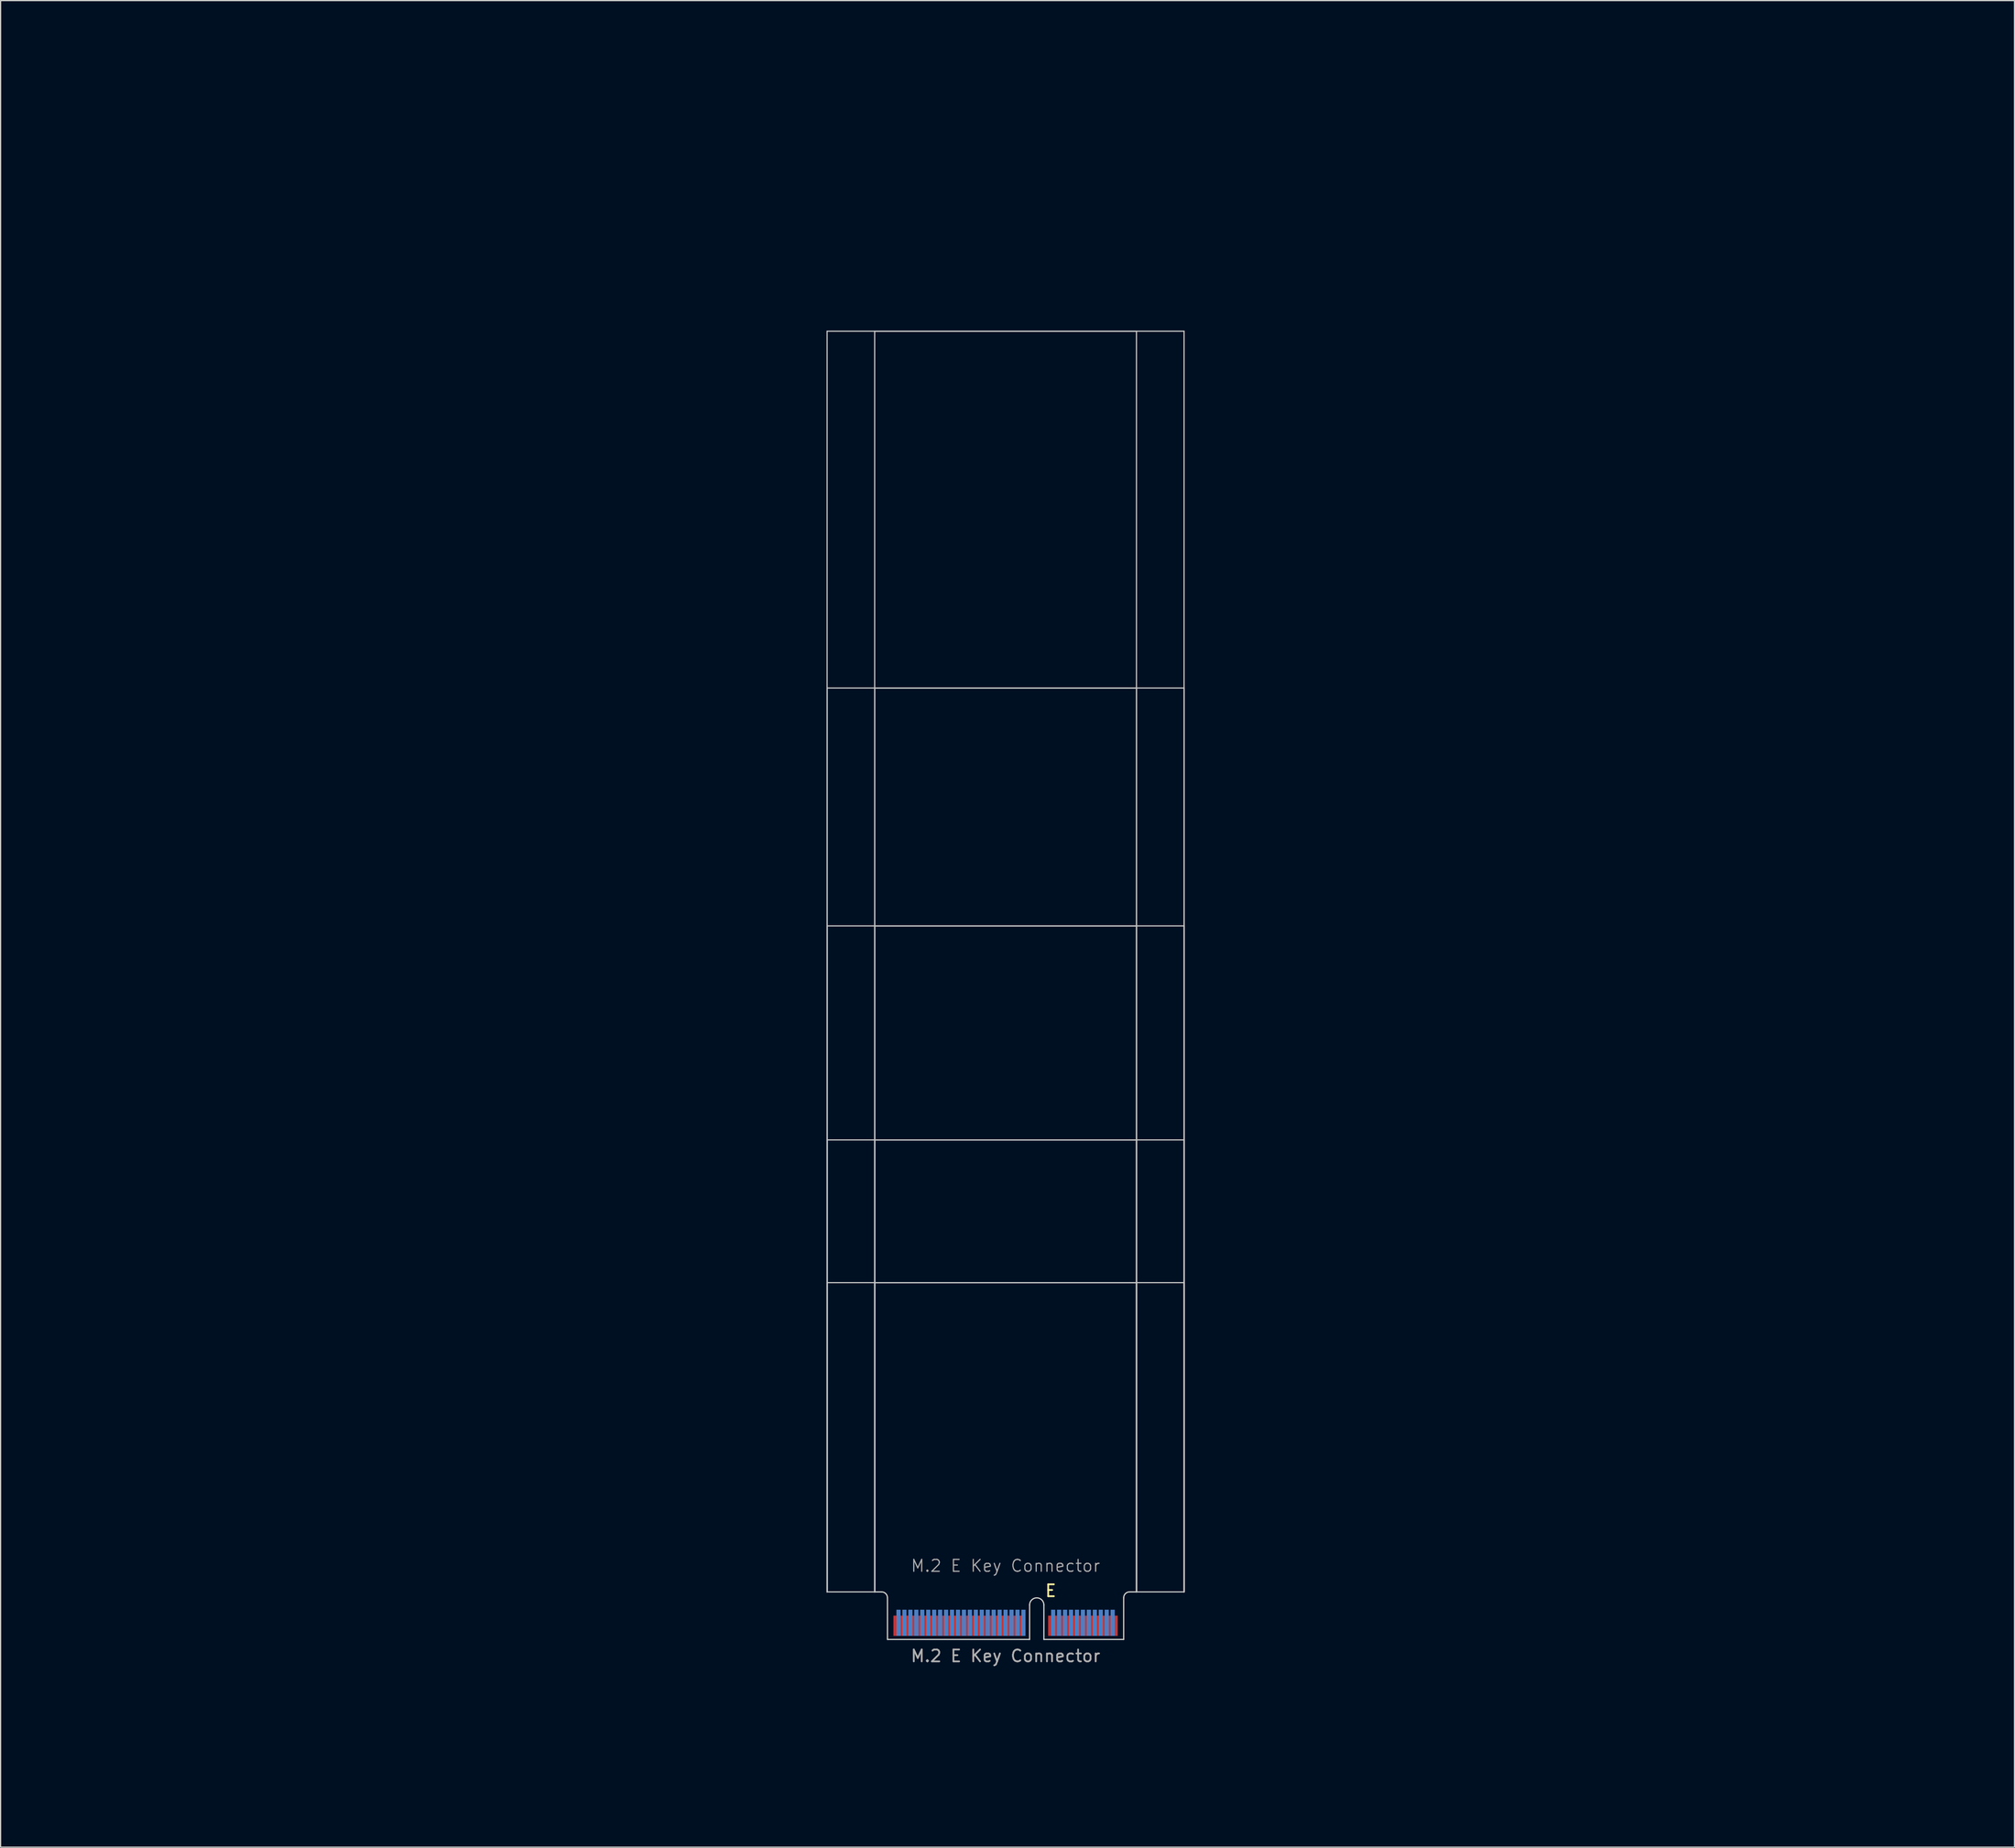
<source format=kicad_pcb>
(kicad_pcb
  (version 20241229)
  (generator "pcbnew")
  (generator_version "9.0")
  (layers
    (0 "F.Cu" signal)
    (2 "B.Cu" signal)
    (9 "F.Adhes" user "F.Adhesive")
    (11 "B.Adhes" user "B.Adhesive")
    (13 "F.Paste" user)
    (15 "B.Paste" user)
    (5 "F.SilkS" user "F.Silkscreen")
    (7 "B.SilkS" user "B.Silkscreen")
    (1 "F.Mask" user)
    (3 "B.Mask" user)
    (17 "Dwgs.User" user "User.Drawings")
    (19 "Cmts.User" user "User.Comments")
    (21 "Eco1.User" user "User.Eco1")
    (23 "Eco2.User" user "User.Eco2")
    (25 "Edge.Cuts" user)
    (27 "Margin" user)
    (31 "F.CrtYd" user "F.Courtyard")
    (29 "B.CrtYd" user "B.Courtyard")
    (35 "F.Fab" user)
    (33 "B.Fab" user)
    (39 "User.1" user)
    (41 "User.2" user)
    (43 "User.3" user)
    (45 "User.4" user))
  (footprint "M.2 E Key Connector"
    (layer "F.Cu")
    (at 81.459 133.687)
    (property "Reference" "M.2 E Key Connector" (at 0 -5.08 0) (unlocked yes) (layer "F.Fab") (effects (font (size 1 1) (thickness 0.1))))
    (attr exclude_from_pos_files exclude_from_bom)
    (fp_rect (start -9.925 -0.94) (end 9.925 1.11) (stroke (width 0) (type default)) (fill yes) (layer "F.Mask"))
    (fp_rect (start -9.925 -1.44) (end 9.925 1.11) (stroke (width 0) (type default)) (fill yes) (layer "B.Mask"))
    (fp_line (start -15 -108.89) (end 15 -108.89) (stroke (width 0.1) (type default)) (layer "Dwgs.User"))
    (fp_line (start -15 -78.89) (end 15 -78.89) (stroke (width 0.1) (type default)) (layer "Dwgs.User"))
    (fp_line (start -15 -58.89) (end 15 -58.89) (stroke (width 0.1) (type default)) (layer "Dwgs.User"))
    (fp_line (start -15 -40.89) (end 15 -40.89) (stroke (width 0.1) (type default)) (layer "Dwgs.User"))
    (fp_line (start -15 -28.89) (end 15 -28.89) (stroke (width 0.1) (type default)) (layer "Dwgs.User"))
    (fp_line (start -15 -2.89) (end -15 -108.89) (stroke (width 0.1) (type default)) (layer "Dwgs.User"))
    (fp_line (start -15 -2.89) (end -15 -78.89) (stroke (width 0.1) (type default)) (layer "Dwgs.User"))
    (fp_line (start -15 -2.89) (end -15 -58.89) (stroke (width 0.1) (type default)) (layer "Dwgs.User"))
    (fp_line (start -15 -2.89) (end -15 -40.89) (stroke (width 0.1) (type default)) (layer "Dwgs.User"))
    (fp_line (start -15 -2.89) (end -15 -28.89) (stroke (width 0.1) (type default)) (layer "Dwgs.User"))
    (fp_line (start -11 -108.89) (end 11 -108.89) (stroke (width 0.1) (type default)) (layer "Dwgs.User"))
    (fp_line (start -11 -78.89) (end 11 -78.89) (stroke (width 0.1) (type default)) (layer "Dwgs.User"))
    (fp_line (start -11 -58.89) (end 11 -58.89) (stroke (width 0.1) (type default)) (layer "Dwgs.User"))
    (fp_line (start -11 -40.89) (end 11 -40.89) (stroke (width 0.1) (type default)) (layer "Dwgs.User"))
    (fp_line (start -11 -28.89) (end 11 -28.89) (stroke (width 0.1) (type default)) (layer "Dwgs.User"))
    (fp_line (start -11 -2.89) (end -15 -2.89) (stroke (width 0.1) (type default)) (layer "Dwgs.User"))
    (fp_line (start -11 -2.89) (end -11 -108.89) (stroke (width 0.1) (type default)) (layer "Dwgs.User"))
    (fp_line (start -11 -2.89) (end -11 -78.89) (stroke (width 0.1) (type default)) (layer "Dwgs.User"))
    (fp_line (start -11 -2.89) (end -11 -58.89) (stroke (width 0.1) (type default)) (layer "Dwgs.User"))
    (fp_line (start -11 -2.89) (end -11 -40.89) (stroke (width 0.1) (type default)) (layer "Dwgs.User"))
    (fp_line (start -11 -2.89) (end -11 -28.89) (stroke (width 0.1) (type default)) (layer "Dwgs.User"))
    (fp_line (start 11 -108.89) (end 11 -2.89) (stroke (width 0.1) (type default)) (layer "Dwgs.User"))
    (fp_line (start 11 -78.89) (end 11 -2.89) (stroke (width 0.1) (type default)) (layer "Dwgs.User"))
    (fp_line (start 11 -58.89) (end 11 -2.89) (stroke (width 0.1) (type default)) (layer "Dwgs.User"))
    (fp_line (start 11 -40.89) (end 11 -2.89) (stroke (width 0.1) (type default)) (layer "Dwgs.User"))
    (fp_line (start 11 -28.89) (end 11 -2.89) (stroke (width 0.1) (type default)) (layer "Dwgs.User"))
    (fp_line (start 11 -2.89) (end 15 -2.89) (stroke (width 0.1) (type default)) (layer "Dwgs.User"))
    (fp_line (start 15 -108.89) (end 15 -2.89) (stroke (width 0.1) (type default)) (layer "Dwgs.User"))
    (fp_line (start 15 -78.89) (end 15 -2.89) (stroke (width 0.1) (type default)) (layer "Dwgs.User"))
    (fp_line (start 15 -40.89) (end 15 -2.89) (stroke (width 0.1) (type default)) (layer "Dwgs.User"))
    (fp_line (start 15 -28.89) (end 15 -2.89) (stroke (width 0.1) (type default)) (layer "Dwgs.User"))
    (fp_line (start 15 -2.89) (end 15 -58.89) (stroke (width 0.1) (type default)) (layer "Dwgs.User"))
    (fp_line (start -11 -2.89) (end -10.425 -2.89) (stroke (width 0.1) (type default)) (layer "Edge.Cuts"))
    (fp_line (start -9.925 -2.39) (end -9.925 1.11) (stroke (width 0.1) (type default)) (layer "Edge.Cuts"))
    (fp_line (start 2.02 -1.79) (end 2.02 1.11) (stroke (width 0.1) (type default)) (layer "Edge.Cuts"))
    (fp_line (start 2.02 1.11) (end -9.925 1.11) (stroke (width 0.1) (type default)) (layer "Edge.Cuts"))
    (fp_line (start 3.22 -1.79) (end 3.22 1.11) (stroke (width 0.1) (type default)) (layer "Edge.Cuts"))
    (fp_line (start 3.22 1.11) (end 9.925 1.11) (stroke (width 0.1) (type default)) (layer "Edge.Cuts"))
    (fp_line (start 9.925 -2.39) (end 9.925 1.11) (stroke (width 0.1) (type default)) (layer "Edge.Cuts"))
    (fp_line (start 10.425 -2.89) (end 11 -2.89) (stroke (width 0.1) (type default)) (layer "Edge.Cuts"))
    (fp_arc (start -10.425 -2.89) (mid -10.071447 -2.743553) (end -9.925 -2.39) (stroke (width 0.1) (type default)) (layer "Edge.Cuts"))
    (fp_arc (start 2.02 -1.79) (mid 2.62 -2.39) (end 3.22 -1.79) (stroke (width 0.1) (type default)) (layer "Edge.Cuts"))
    (fp_arc (start 9.925 -2.39) (mid 10.071447 -2.743553) (end 10.425 -2.89) (stroke (width 0.1) (type default)) (layer "Edge.Cuts"))
    (fp_line (start -0.71 -109.6) (end 0.71 -108.18) (stroke (width 0.15) (type default)) (layer "User.3"))
    (fp_line (start -0.71 -79.6) (end 0.71 -78.18) (stroke (width 0.15) (type default)) (layer "User.3"))
    (fp_line (start -0.71 -59.6) (end 0.71 -58.18) (stroke (width 0.15) (type default)) (layer "User.3"))
    (fp_line (start -0.71 -41.6) (end 0.71 -40.18) (stroke (width 0.15) (type default)) (layer "User.3"))
    (fp_line (start -0.71 -29.6) (end 0.71 -28.18) (stroke (width 0.15) (type default)) (layer "User.3"))
    (fp_line (start 0.71 -109.6) (end -0.71 -108.18) (stroke (width 0.15) (type default)) (layer "User.3"))
    (fp_line (start 0.71 -79.6) (end -0.71 -78.18) (stroke (width 0.15) (type default)) (layer "User.3"))
    (fp_line (start 0.71 -59.6) (end -0.71 -58.18) (stroke (width 0.15) (type default)) (layer "User.3"))
    (fp_line (start 0.71 -41.6) (end -0.71 -40.18) (stroke (width 0.15) (type default)) (layer "User.3"))
    (fp_line (start 0.71 -29.6) (end -0.71 -28.18) (stroke (width 0.15) (type default)) (layer "User.3"))
    (fp_rect (start -15 -108.89) (end 15 -105.09) (stroke (width 0.1) (type default)) (fill no) (layer "User.4"))
    (fp_rect (start -15 -78.89) (end 15 -75.09) (stroke (width 0.1) (type default)) (fill no) (layer "User.4"))
    (fp_rect (start -15 -58.89) (end 15 -55.09) (stroke (width 0.1) (type default)) (fill no) (layer "User.4"))
    (fp_rect (start -15 -40.89) (end 15 -37.09) (stroke (width 0.1) (type default)) (fill no) (layer "User.4"))
    (fp_rect (start -15 -28.89) (end 15 -25.09) (stroke (width 0.1) (type default)) (fill no) (layer "User.4"))
    (fp_text user "E" (at 3.245 -2.395 0) (unlocked yes) (layer "F.SilkS") (effects (font (size 1 1) (thickness 0.15)) (justify left bottom)))
    (fp_text user "${REFERENCE}" (at 0 2.5 0) (unlocked yes) (layer "F.Fab") (effects (font (size 1 1) (thickness 0.15))))
    (fp_text user "22, 30mm width and 30, 42, 60, 80, 110mm length shown in Blue (User.2 Layer)" (at 0.02 14.055 0) (unlocked yes) (layer "User.2") (effects (font (size 2 2) (thickness 0.2))))
    (fp_text user "Place \"M.2 Mounting Pad\" Footprint from library on Teal (User.3 Layer) X's" (at -0.13 9.4 0) (unlocked yes) (layer "User.3") (effects (font (size 2 2) (thickness 0.2))))
    (fp_text user "Yellow areas (User.4 Layer) reserverd for RF recepticals or for components when no RF recepticals used." (at 0.165 4.83 0) (unlocked yes) (layer "User.4") (effects (font (size 2 2) (thickness 0.2))))
    (dimension (type orthogonal) (layer "User.2") (pts (xy 91.369 134.797) (xy 91.369 54.797)) (height 58.985) (orientation 1) (format (prefix "") (suffix "") (units 3) (units_format 0) (precision 4) (suppress_zeroes yes)) (style (thickness 0.1) (arrow_length 1.27) (text_position_mode 0) (arrow_direction outward) (extension_height 0.586) (extension_offset 0.5) (keep_text_aligned yes)) (gr_text "80" (at 147.054 94.797 90) (layer "User.2") (effects (font (size 3 3) (thickness 0.3)))))
    (dimension (type orthogonal) (layer "User.2") (pts (xy 70.459 24.797) (xy 92.459 24.797)) (height -12.48) (orientation 0) (format (prefix "") (suffix "") (units 3) (units_format 0) (precision 4) (suppress_zeroes yes)) (style (thickness 0.1) (arrow_length 1.27) (text_position_mode 0) (arrow_direction outward) (extension_height 0.586) (extension_offset 0.5) (keep_text_aligned yes)) (gr_text "22" (at 81.459 8.917 0) (layer "User.2") (effects (font (size 3 3) (thickness 0.4)))))
    (dimension (type orthogonal) (layer "User.2") (pts (xy 66.459 23.687) (xy 96.459 23.687)) (height -17.83) (orientation 0) (format (prefix "") (suffix "") (units 3) (units_format 0) (precision 4) (suppress_zeroes yes)) (style (thickness 0.1) (arrow_length 1.27) (text_position_mode 0) (arrow_direction outward) (extension_height 0.586) (extension_offset 0.5) (keep_text_aligned yes)) (gr_text "30" (at 81.459 2.457 0) (layer "User.2") (effects (font (size 3 3) (thickness 0.4)))))
    (dimension (type orthogonal) (layer "User.2") (pts (xy 91.384 134.797) (xy 91.384 92.797)) (height 32.695) (orientation 1) (format (prefix "") (suffix "") (units 3) (units_format 0) (precision 4) (suppress_zeroes yes)) (style (thickness 0.1) (arrow_length 1.27) (text_position_mode 0) (arrow_direction outward) (extension_height 0.586) (extension_offset 0.5) (keep_text_aligned yes)) (gr_text "42" (at 120.779 113.797 90) (layer "User.2") (effects (font (size 3 3) (thickness 0.3)))))
    (dimension (type orthogonal) (layer "User.2") (pts (xy 91.384 134.797) (xy 91.384 74.797)) (height 45.245) (orientation 1) (format (prefix "") (suffix "") (units 3) (units_format 0) (precision 4) (suppress_zeroes yes)) (style (thickness 0.1) (arrow_length 1.27) (text_position_mode 0) (arrow_direction outward) (extension_height 0.586) (extension_offset 0.5) (keep_text_aligned yes)) (gr_text "60" (at 133.329 104.797 90) (layer "User.2") (effects (font (size 3 3) (thickness 0.3)))))
    (dimension (type orthogonal) (layer "User.2") (pts (xy 91.384 134.797) (xy 91.384 24.797)) (height 69.74) (orientation 1) (format (prefix "") (suffix "") (units 3) (units_format 0) (precision 4) (suppress_zeroes yes)) (style (thickness 0.1) (arrow_length 1.27) (text_position_mode 0) (arrow_direction outward) (extension_height 0.586) (extension_offset 0.5) (keep_text_aligned yes)) (gr_text "110" (at 157.824 79.797 90) (layer "User.2") (effects (font (size 3 3) (thickness 0.3)))))
    (dimension (type orthogonal) (layer "User.2") (pts (xy 91.384 134.797) (xy 91.384 104.797)) (height 20.795) (orientation 1) (format (prefix "") (suffix "") (units 3) (units_format 0) (precision 4) (suppress_zeroes yes)) (style (thickness 0.1) (arrow_length 1.27) (text_position_mode 0) (arrow_direction outward) (extension_height 0.586) (extension_offset 0.5) (keep_text_aligned yes)) (gr_text "30" (at 108.879 119.797 90) (layer "User.2") (effects (font (size 3 3) (thickness 0.3)))))
    (pad "1" smd rect (at 9.25 -0.04 180) (size 0.35 1.7) (layers "F.Cu"))
    (pad "2" smd rect (at 9 -0.29 180) (size 0.35 2.2) (layers "B.Cu"))
    (pad "3" smd rect (at 8.75 -0.04 180) (size 0.35 1.7) (layers "F.Cu"))
    (pad "4" smd rect (at 8.5 -0.29 180) (size 0.35 2.2) (layers "B.Cu"))
    (pad "5" smd rect (at 8.25 -0.04 180) (size 0.35 1.7) (layers "F.Cu"))
    (pad "6" smd rect (at 8 -0.29 180) (size 0.35 2.2) (layers "B.Cu"))
    (pad "7" smd rect (at 7.75 -0.04 180) (size 0.35 1.7) (layers "F.Cu"))
    (pad "8" smd rect (at 7.5 -0.29 180) (size 0.35 2.2) (layers "B.Cu"))
    (pad "9" smd rect (at 7.25 -0.04 180) (size 0.35 1.7) (layers "F.Cu"))
    (pad "10" smd rect (at 7 -0.29 180) (size 0.35 2.2) (layers "B.Cu"))
    (pad "11" smd rect (at 6.75 -0.04 180) (size 0.35 1.7) (layers "F.Cu"))
    (pad "12" smd rect (at 6.5 -0.29 180) (size 0.35 2.2) (layers "B.Cu"))
    (pad "13" smd rect (at 6.25 -0.04 180) (size 0.35 1.7) (layers "F.Cu"))
    (pad "14" smd rect (at 6 -0.29 180) (size 0.35 2.2) (layers "B.Cu"))
    (pad "15" smd rect (at 5.75 -0.04 180) (size 0.35 1.7) (layers "F.Cu"))
    (pad "16" smd rect (at 5.5 -0.29 180) (size 0.35 2.2) (layers "B.Cu"))
    (pad "17" smd rect (at 5.25 -0.04 180) (size 0.35 1.7) (layers "F.Cu"))
    (pad "18" smd rect (at 5 -0.29 180) (size 0.35 2.2) (layers "B.Cu"))
    (pad "19" smd rect (at 4.75 -0.04 180) (size 0.35 1.7) (layers "F.Cu"))
    (pad "20" smd rect (at 4.5 -0.29 180) (size 0.35 2.2) (layers "B.Cu"))
    (pad "21" smd rect (at 4.25 -0.04 180) (size 0.35 1.7) (layers "F.Cu"))
    (pad "22" smd rect (at 4 -0.29 180) (size 0.35 2.2) (layers "B.Cu"))
    (pad "23" smd rect (at 3.75 -0.04 180) (size 0.35 1.7) (layers "F.Cu"))
    (pad "32" smd rect (at 1.5 -0.29 180) (size 0.35 2.2) (layers "B.Cu"))
    (pad "33" smd rect (at 1.25 -0.04 180) (size 0.35 1.7) (layers "F.Cu"))
    (pad "34" smd rect (at 1 -0.29 180) (size 0.35 2.2) (layers "B.Cu"))
    (pad "35" smd rect (at 0.75 -0.04 180) (size 0.35 1.7) (layers "F.Cu"))
    (pad "36" smd rect (at 0.5 -0.29 180) (size 0.35 2.2) (layers "B.Cu"))
    (pad "37" smd rect (at 0.25 -0.04 180) (size 0.35 1.7) (layers "F.Cu"))
    (pad "38" smd rect (at 0 -0.29 180) (size 0.35 2.2) (layers "B.Cu"))
    (pad "39" smd rect (at -0.25 -0.04 180) (size 0.35 1.7) (layers "F.Cu"))
    (pad "40" smd rect (at -0.5 -0.29 180) (size 0.35 2.2) (layers "B.Cu"))
    (pad "41" smd rect (at -0.75 -0.04 180) (size 0.35 1.7) (layers "F.Cu"))
    (pad "42" smd rect (at -1 -0.29 180) (size 0.35 2.2) (layers "B.Cu"))
    (pad "43" smd rect (at -1.25 -0.04 180) (size 0.35 1.7) (layers "F.Cu"))
    (pad "44" smd rect (at -1.5 -0.29 180) (size 0.35 2.2) (layers "B.Cu"))
    (pad "45" smd rect (at -1.75 -0.04 180) (size 0.35 1.7) (layers "F.Cu"))
    (pad "46" smd rect (at -2 -0.29 180) (size 0.35 2.2) (layers "B.Cu"))
    (pad "47" smd rect (at -2.25 -0.04 180) (size 0.35 1.7) (layers "F.Cu"))
    (pad "48" smd rect (at -2.5 -0.29 180) (size 0.35 2.2) (layers "B.Cu"))
    (pad "49" smd rect (at -2.75 -0.04 180) (size 0.35 1.7) (layers "F.Cu"))
    (pad "50" smd rect (at -3 -0.29 180) (size 0.35 2.2) (layers "B.Cu"))
    (pad "51" smd rect (at -3.25 -0.04 180) (size 0.35 1.7) (layers "F.Cu"))
    (pad "52" smd rect (at -3.5 -0.29 180) (size 0.35 2.2) (layers "B.Cu"))
    (pad "53" smd rect (at -3.75 -0.04 180) (size 0.35 1.7) (layers "F.Cu"))
    (pad "54" smd rect (at -4 -0.29 180) (size 0.35 2.2) (layers "B.Cu"))
    (pad "55" smd rect (at -4.25 -0.04 180) (size 0.35 1.7) (layers "F.Cu"))
    (pad "56" smd rect (at -4.5 -0.29 180) (size 0.35 2.2) (layers "B.Cu"))
    (pad "57" smd rect (at -4.75 -0.04 180) (size 0.35 1.7) (layers "F.Cu"))
    (pad "58" smd rect (at -5 -0.29 180) (size 0.35 2.2) (layers "B.Cu"))
    (pad "59" smd rect (at -5.25 -0.04 180) (size 0.35 1.7) (layers "F.Cu"))
    (pad "60" smd rect (at -5.5 -0.29 180) (size 0.35 2.2) (layers "B.Cu"))
    (pad "61" smd rect (at -5.75 -0.04 180) (size 0.35 1.7) (layers "F.Cu"))
    (pad "62" smd rect (at -6 -0.29 180) (size 0.35 2.2) (layers "B.Cu"))
    (pad "63" smd rect (at -6.25 -0.04 180) (size 0.35 1.7) (layers "F.Cu"))
    (pad "64" smd rect (at -6.5 -0.29 180) (size 0.35 2.2) (layers "B.Cu"))
    (pad "65" smd rect (at -6.75 -0.04 180) (size 0.35 1.7) (layers "F.Cu"))
    (pad "66" smd rect (at -7 -0.29 180) (size 0.35 2.2) (layers "B.Cu"))
    (pad "67" smd rect (at -7.25 -0.04 180) (size 0.35 1.7) (layers "F.Cu"))
    (pad "68" smd rect (at -7.5 -0.29 180) (size 0.35 2.2) (layers "B.Cu"))
    (pad "69" smd rect (at -7.75 -0.04 180) (size 0.35 1.7) (layers "F.Cu"))
    (pad "70" smd rect (at -8 -0.29 180) (size 0.35 2.2) (layers "B.Cu"))
    (pad "71" smd rect (at -8.25 -0.04 180) (size 0.35 1.7) (layers "F.Cu"))
    (pad "72" smd rect (at -8.5 -0.29 180) (size 0.35 2.2) (layers "B.Cu"))
    (pad "73" smd rect (at -8.75 -0.04 180) (size 0.35 1.7) (layers "F.Cu"))
    (pad "74" smd rect (at -9 -0.29 180) (size 0.35 2.2) (layers "B.Cu"))
    (pad "75" smd rect (at -9.25 -0.04 180) (size 0.35 1.7) (layers "F.Cu"))
    (zone (net_name "") (layer "F.Cu") (name "Front Component Keepout") (hatch edge 0.5) (connect_pads) (min_thickness 0.25) (filled_areas_thickness no) (keepout (tracks allowed) (vias allowed) (pads not_allowed) (copperpour allowed) (footprints not_allowed)) (placement (enabled no)) (fill) (polygon (pts (xy 92.459 130.797) (xy 92.459 134.797) (xy 70.459 134.797) (xy 70.459 130.797))))
    (zone (net_name "") (layer "B.Cu") (name "Rear Component Keepout") (hatch full 0.5) (connect_pads) (min_thickness 0.25) (filled_areas_thickness no) (keepout (tracks allowed) (vias allowed) (pads not_allowed) (copperpour allowed) (footprints not_allowed)) (placement (enabled no)) (fill) (polygon (pts (xy 96.459 134.797) (xy 96.459 129.597) (xy 66.459 129.597) (xy 66.459 134.797)))))
  (gr_rect
    (start -3 -3)
    (end 166.248 152.263)
    (stroke (width 0.1) (type default))
    (fill no)
    (layer "Edge.Cuts")))
</source>
